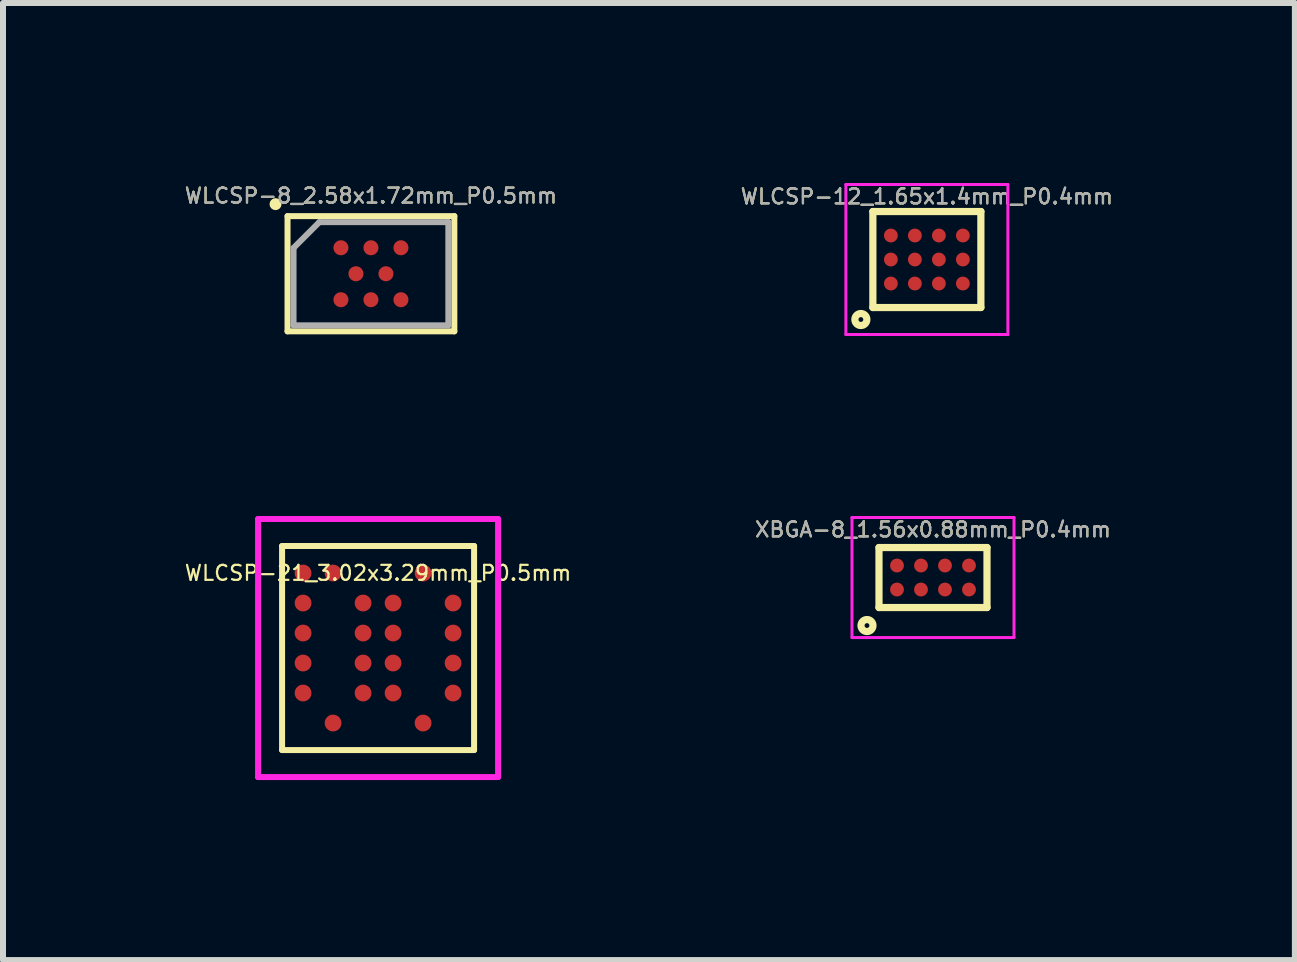
<source format=kicad_pcb>
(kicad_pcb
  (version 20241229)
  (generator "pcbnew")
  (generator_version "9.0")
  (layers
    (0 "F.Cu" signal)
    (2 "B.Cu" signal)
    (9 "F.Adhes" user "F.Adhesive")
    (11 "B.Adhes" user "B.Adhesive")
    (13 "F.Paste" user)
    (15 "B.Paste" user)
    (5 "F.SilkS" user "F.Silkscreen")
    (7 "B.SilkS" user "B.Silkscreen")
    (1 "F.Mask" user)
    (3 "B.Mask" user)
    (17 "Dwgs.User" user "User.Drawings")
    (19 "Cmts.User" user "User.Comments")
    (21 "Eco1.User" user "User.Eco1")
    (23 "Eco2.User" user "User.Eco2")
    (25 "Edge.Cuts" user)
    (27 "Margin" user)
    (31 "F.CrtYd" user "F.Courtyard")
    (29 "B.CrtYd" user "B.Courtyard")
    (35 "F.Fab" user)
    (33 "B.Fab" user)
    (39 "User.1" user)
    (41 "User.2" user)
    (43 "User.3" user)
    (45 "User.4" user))
  (footprint "WLCSP-21_3.02x3.29mm_P0.5mm"
    (layer "F.Cu")
    (at 3.251 7.75)
    (property "Reference" "WLCSP-21_3.02x3.29mm_P0.5mm" (at 0 -1.25 0) (layer "F.SilkS") (effects (font (size 0.25 0.25) (thickness 0.037))))
    (attr through_hole)
    (fp_line (start -1.6 -1.7) (end -1.6 1.7) (stroke (width 0.1) (type solid)) (layer "F.SilkS"))
    (fp_line (start -1.6 1.7) (end 1.6 1.7) (stroke (width 0.1) (type solid)) (layer "F.SilkS"))
    (fp_line (start 1.6 -1.7) (end -1.6 -1.7) (stroke (width 0.1) (type solid)) (layer "F.SilkS"))
    (fp_line (start 1.6 1.7) (end 1.6 -1.7) (stroke (width 0.1) (type solid)) (layer "F.SilkS"))
    (fp_line (start -2 -2.15) (end -2 2.15) (stroke (width 0.1) (type solid)) (layer "F.CrtYd"))
    (fp_line (start -2 2.15) (end 2 2.15) (stroke (width 0.1) (type solid)) (layer "F.CrtYd"))
    (fp_line (start 2 -2.15) (end -2 -2.15) (stroke (width 0.1) (type solid)) (layer "F.CrtYd"))
    (fp_line (start 2 -2.15) (end 2 2.15) (stroke (width 0.1) (type solid)) (layer "F.CrtYd"))
    (pad "A1" smd circle (at -1.25 -1.25) (size 0.28 0.28) (layers "F.Cu" "F.Mask" "F.Paste"))
    (pad "A2" smd circle (at -0.75 -1.25) (size 0.28 0.28) (layers "F.Cu" "F.Mask" "F.Paste"))
    (pad "A5" smd circle (at 0.75 -1.25) (size 0.28 0.28) (layers "F.Cu" "F.Mask" "F.Paste"))
    (pad "B1" smd circle (at -1.25 -0.75) (size 0.28 0.28) (layers "F.Cu" "F.Mask" "F.Paste"))
    (pad "B3" smd circle (at -0.25 -0.75) (size 0.28 0.28) (layers "F.Cu" "F.Mask" "F.Paste"))
    (pad "B4" smd circle (at 0.25 -0.75) (size 0.28 0.28) (layers "F.Cu" "F.Mask" "F.Paste"))
    (pad "B6" smd circle (at 1.25 -0.75) (size 0.28 0.28) (layers "F.Cu" "F.Mask" "F.Paste"))
    (pad "C1" smd circle (at -1.25 -0.25) (size 0.28 0.28) (layers "F.Cu" "F.Mask" "F.Paste"))
    (pad "C3" smd circle (at -0.25 -0.25) (size 0.28 0.28) (layers "F.Cu" "F.Mask" "F.Paste"))
    (pad "C4" smd circle (at 0.25 -0.25) (size 0.28 0.28) (layers "F.Cu" "F.Mask" "F.Paste"))
    (pad "C6" smd circle (at 1.25 -0.25) (size 0.28 0.28) (layers "F.Cu" "F.Mask" "F.Paste"))
    (pad "D1" smd circle (at -1.25 0.25) (size 0.28 0.28) (layers "F.Cu" "F.Mask" "F.Paste"))
    (pad "D3" smd circle (at -0.25 0.25) (size 0.28 0.28) (layers "F.Cu" "F.Mask" "F.Paste"))
    (pad "D4" smd circle (at 0.25 0.25) (size 0.28 0.28) (layers "F.Cu" "F.Mask" "F.Paste"))
    (pad "D6" smd circle (at 1.25 0.25) (size 0.28 0.28) (layers "F.Cu" "F.Mask" "F.Paste"))
    (pad "E1" smd circle (at -1.25 0.75) (size 0.28 0.28) (layers "F.Cu" "F.Mask" "F.Paste"))
    (pad "E3" smd circle (at -0.25 0.75) (size 0.28 0.28) (layers "F.Cu" "F.Mask" "F.Paste"))
    (pad "E4" smd circle (at 0.25 0.75) (size 0.28 0.28) (layers "F.Cu" "F.Mask" "F.Paste"))
    (pad "E6" smd circle (at 1.25 0.75) (size 0.28 0.28) (layers "F.Cu" "F.Mask" "F.Paste"))
    (pad "F2" smd circle (at -0.75 1.25) (size 0.28 0.28) (layers "F.Cu" "F.Mask" "F.Paste"))
    (pad "F5" smd circle (at 0.75 1.25) (size 0.28 0.28) (layers "F.Cu" "F.Mask" "F.Paste")))
  (footprint "WLCSP-12_1.65x1.4mm_P0.4mm"
    (layer "F.Cu")
    (at 12.397 1.275)
    (property "Reference" "WLCSP-12_1.65x1.4mm_P0.4mm" (at 0 -1.05 0) (layer "F.SilkS") (effects (font (size 0.25 0.25) (thickness 0.037))))
    (attr smd)
    (fp_line (start -0.9 -0.8) (end 0.9 -0.8) (stroke (width 0.12) (type solid)) (layer "F.SilkS"))
    (fp_line (start -0.9 0.8) (end -0.9 -0.8) (stroke (width 0.12) (type solid)) (layer "F.SilkS"))
    (fp_line (start 0.9 -0.8) (end 0.9 0.8) (stroke (width 0.12) (type solid)) (layer "F.SilkS"))
    (fp_line (start 0.9 0.8) (end -0.9 0.8) (stroke (width 0.12) (type solid)) (layer "F.SilkS"))
    (fp_circle (center -1.1 1) (end -1 1) (stroke (width 0.12) (type solid)) (fill no) (layer "F.SilkS"))
    (fp_line (start -1.35 -1.25) (end 1.35 -1.25) (stroke (width 0.05) (type solid)) (layer "F.CrtYd"))
    (fp_line (start -1.35 1.25) (end -1.35 -1.25) (stroke (width 0.05) (type solid)) (layer "F.CrtYd"))
    (fp_line (start 1.35 -1.25) (end 1.35 1.25) (stroke (width 0.05) (type solid)) (layer "F.CrtYd"))
    (fp_line (start 1.35 1.25) (end -1.35 1.25) (stroke (width 0.05) (type solid)) (layer "F.CrtYd"))
    (fp_text user "${REFERENCE}" (at 0 -1.05 0) (layer "F.Fab") (effects (font (size 0.25 0.25) (thickness 0.037))))
    (pad "A1" smd circle (at -0.6 0.4) (size 0.23 0.23) (layers "F.Cu" "F.Mask" "F.Paste"))
    (pad "A2" smd circle (at -0.6 0 90) (size 0.23 0.23) (layers "F.Cu" "F.Mask" "F.Paste"))
    (pad "A3" smd circle (at -0.6 -0.4 90) (size 0.23 0.23) (layers "F.Cu" "F.Mask" "F.Paste"))
    (pad "B1" smd circle (at -0.2 0.4 90) (size 0.23 0.23) (layers "F.Cu" "F.Mask" "F.Paste"))
    (pad "B2" smd circle (at -0.2 0 90) (size 0.23 0.23) (layers "F.Cu" "F.Mask" "F.Paste"))
    (pad "B3" smd circle (at -0.2 -0.4 90) (size 0.23 0.23) (layers "F.Cu" "F.Mask" "F.Paste"))
    (pad "C1" smd circle (at 0.2 0.4 90) (size 0.23 0.23) (layers "F.Cu" "F.Mask" "F.Paste"))
    (pad "C2" smd circle (at 0.2 0 90) (size 0.23 0.23) (layers "F.Cu" "F.Mask" "F.Paste"))
    (pad "C3" smd circle (at 0.2 -0.4 90) (size 0.23 0.23) (layers "F.Cu" "F.Mask" "F.Paste"))
    (pad "D1" smd circle (at 0.6 0.4 90) (size 0.23 0.23) (layers "F.Cu" "F.Mask" "F.Paste"))
    (pad "D2" smd circle (at 0.6 0 90) (size 0.23 0.23) (layers "F.Cu" "F.Mask" "F.Paste"))
    (pad "D3" smd circle (at 0.6 -0.4 90) (size 0.23 0.23) (layers "F.Cu" "F.Mask" "F.Paste")))
  (footprint "WLCSP-8_2.58x1.72mm_P0.5mm"
    (layer "F.Cu")
    (at 3.132 1.512)
    (property "Reference" "WLCSP-8_2.58x1.72mm_P0.5mm" (at 0 -1.3 0) (layer "F.SilkS") (effects (font (size 0.25 0.25) (thickness 0.037))))
    (attr smd)
    (fp_line (start -1.39 -0.96) (end -1.39 0.96) (stroke (width 0.1) (type solid)) (layer "F.SilkS"))
    (fp_line (start -1.39 -0.96) (end 1.39 -0.96) (stroke (width 0.1) (type solid)) (layer "F.SilkS"))
    (fp_line (start -1.39 0.96) (end 1.39 0.96) (stroke (width 0.1) (type solid)) (layer "F.SilkS"))
    (fp_line (start 1.39 0.96) (end 1.39 -0.96) (stroke (width 0.1) (type solid)) (layer "F.SilkS"))
    (fp_circle (center -1.59 -1.16) (end -1.54 -1.16) (stroke (width 0.1) (type solid)) (fill no) (layer "F.SilkS"))
    (fp_line (start -1.29 -0.43) (end -0.86 -0.86) (stroke (width 0.1) (type solid)) (layer "F.Fab"))
    (fp_line (start -1.29 0.86) (end -1.29 -0.43) (stroke (width 0.1) (type solid)) (layer "F.Fab"))
    (fp_line (start -0.86 -0.86) (end 1.29 -0.86) (stroke (width 0.1) (type solid)) (layer "F.Fab"))
    (fp_line (start 1.29 0.86) (end -1.29 0.86) (stroke (width 0.1) (type solid)) (layer "F.Fab"))
    (fp_line (start 1.29 0.86) (end 1.29 -0.86) (stroke (width 0.1) (type solid)) (layer "F.Fab"))
    (fp_text user "${REFERENCE}" (at 0 -1.3 0) (layer "F.Fab") (effects (font (size 0.25 0.25) (thickness 0.037))))
    (pad "A1" smd circle (at -0.5 -0.433) (size 0.25 0.25) (layers "F.Cu" "F.Mask" "F.Paste"))
    (pad "A3" smd circle (at 0 -0.433) (size 0.25 0.25) (layers "F.Cu" "F.Mask" "F.Paste"))
    (pad "A5" smd circle (at 0.5 -0.433) (size 0.25 0.25) (layers "F.Cu" "F.Mask" "F.Paste"))
    (pad "B2" smd circle (at -0.25 0) (size 0.25 0.25) (layers "F.Cu" "F.Mask" "F.Paste"))
    (pad "B4" smd circle (at 0.25 0) (size 0.25 0.25) (layers "F.Cu" "F.Mask" "F.Paste"))
    (pad "C1" smd circle (at -0.5 0.433) (size 0.25 0.25) (layers "F.Cu" "F.Mask" "F.Paste"))
    (pad "C3" smd circle (at 0 0.433) (size 0.25 0.25) (layers "F.Cu" "F.Mask" "F.Paste"))
    (pad "C5" smd circle (at 0.5 0.433) (size 0.25 0.25) (layers "F.Cu" "F.Mask" "F.Paste")))
  (footprint "XBGA-8_1.56x0.88mm_P0.4mm"
    (layer "F.Cu")
    (at 12.499 6.575)
    (property "Reference" "XBGA-8_1.56x0.88mm_P0.4mm" (at 0 -0.8 0) (layer "F.SilkS") (effects (font (size 0.25 0.25) (thickness 0.037))))
    (attr smd)
    (fp_line (start -0.9 -0.5) (end 0.9 -0.5) (stroke (width 0.12) (type solid)) (layer "F.SilkS"))
    (fp_line (start -0.9 0.5) (end -0.9 -0.5) (stroke (width 0.12) (type solid)) (layer "F.SilkS"))
    (fp_line (start 0.9 -0.5) (end 0.9 0.5) (stroke (width 0.12) (type solid)) (layer "F.SilkS"))
    (fp_line (start 0.9 0.5) (end -0.9 0.5) (stroke (width 0.12) (type solid)) (layer "F.SilkS"))
    (fp_circle (center -1.1 0.8) (end -1 0.8) (stroke (width 0.12) (type solid)) (fill no) (layer "F.SilkS"))
    (fp_line (start -1.35 -1) (end 1.35 -1) (stroke (width 0.05) (type solid)) (layer "F.CrtYd"))
    (fp_line (start -1.35 1) (end -1.35 -1) (stroke (width 0.05) (type solid)) (layer "F.CrtYd"))
    (fp_line (start 1.35 -1) (end 1.35 1) (stroke (width 0.05) (type solid)) (layer "F.CrtYd"))
    (fp_line (start 1.35 1) (end -1.35 1) (stroke (width 0.05) (type solid)) (layer "F.CrtYd"))
    (fp_text user "${REFERENCE}" (at 0 -0.8 0) (layer "F.Fab") (effects (font (size 0.25 0.25) (thickness 0.037))))
    (pad "A1" smd circle (at -0.6 0.2) (size 0.23 0.23) (layers "F.Cu" "F.Mask" "F.Paste"))
    (pad "A2" smd circle (at -0.6 -0.2 90) (size 0.23 0.23) (layers "F.Cu" "F.Mask" "F.Paste"))
    (pad "B1" smd circle (at -0.2 0.2 90) (size 0.23 0.23) (layers "F.Cu" "F.Mask" "F.Paste"))
    (pad "B2" smd circle (at -0.2 -0.2 90) (size 0.23 0.23) (layers "F.Cu" "F.Mask" "F.Paste"))
    (pad "C1" smd circle (at 0.2 0.2 90) (size 0.23 0.23) (layers "F.Cu" "F.Mask" "F.Paste"))
    (pad "C2" smd circle (at 0.2 -0.2 90) (size 0.23 0.23) (layers "F.Cu" "F.Mask" "F.Paste"))
    (pad "D1" smd circle (at 0.6 0.2 90) (size 0.23 0.23) (layers "F.Cu" "F.Mask" "F.Paste"))
    (pad "D2" smd circle (at 0.6 -0.2 90) (size 0.23 0.23) (layers "F.Cu" "F.Mask" "F.Paste")))
  (gr_rect
    (start -3 -3)
    (end 18.53 12.95)
    (stroke (width 0.1) (type default))
    (fill no)
    (layer "Edge.Cuts")))
</source>
